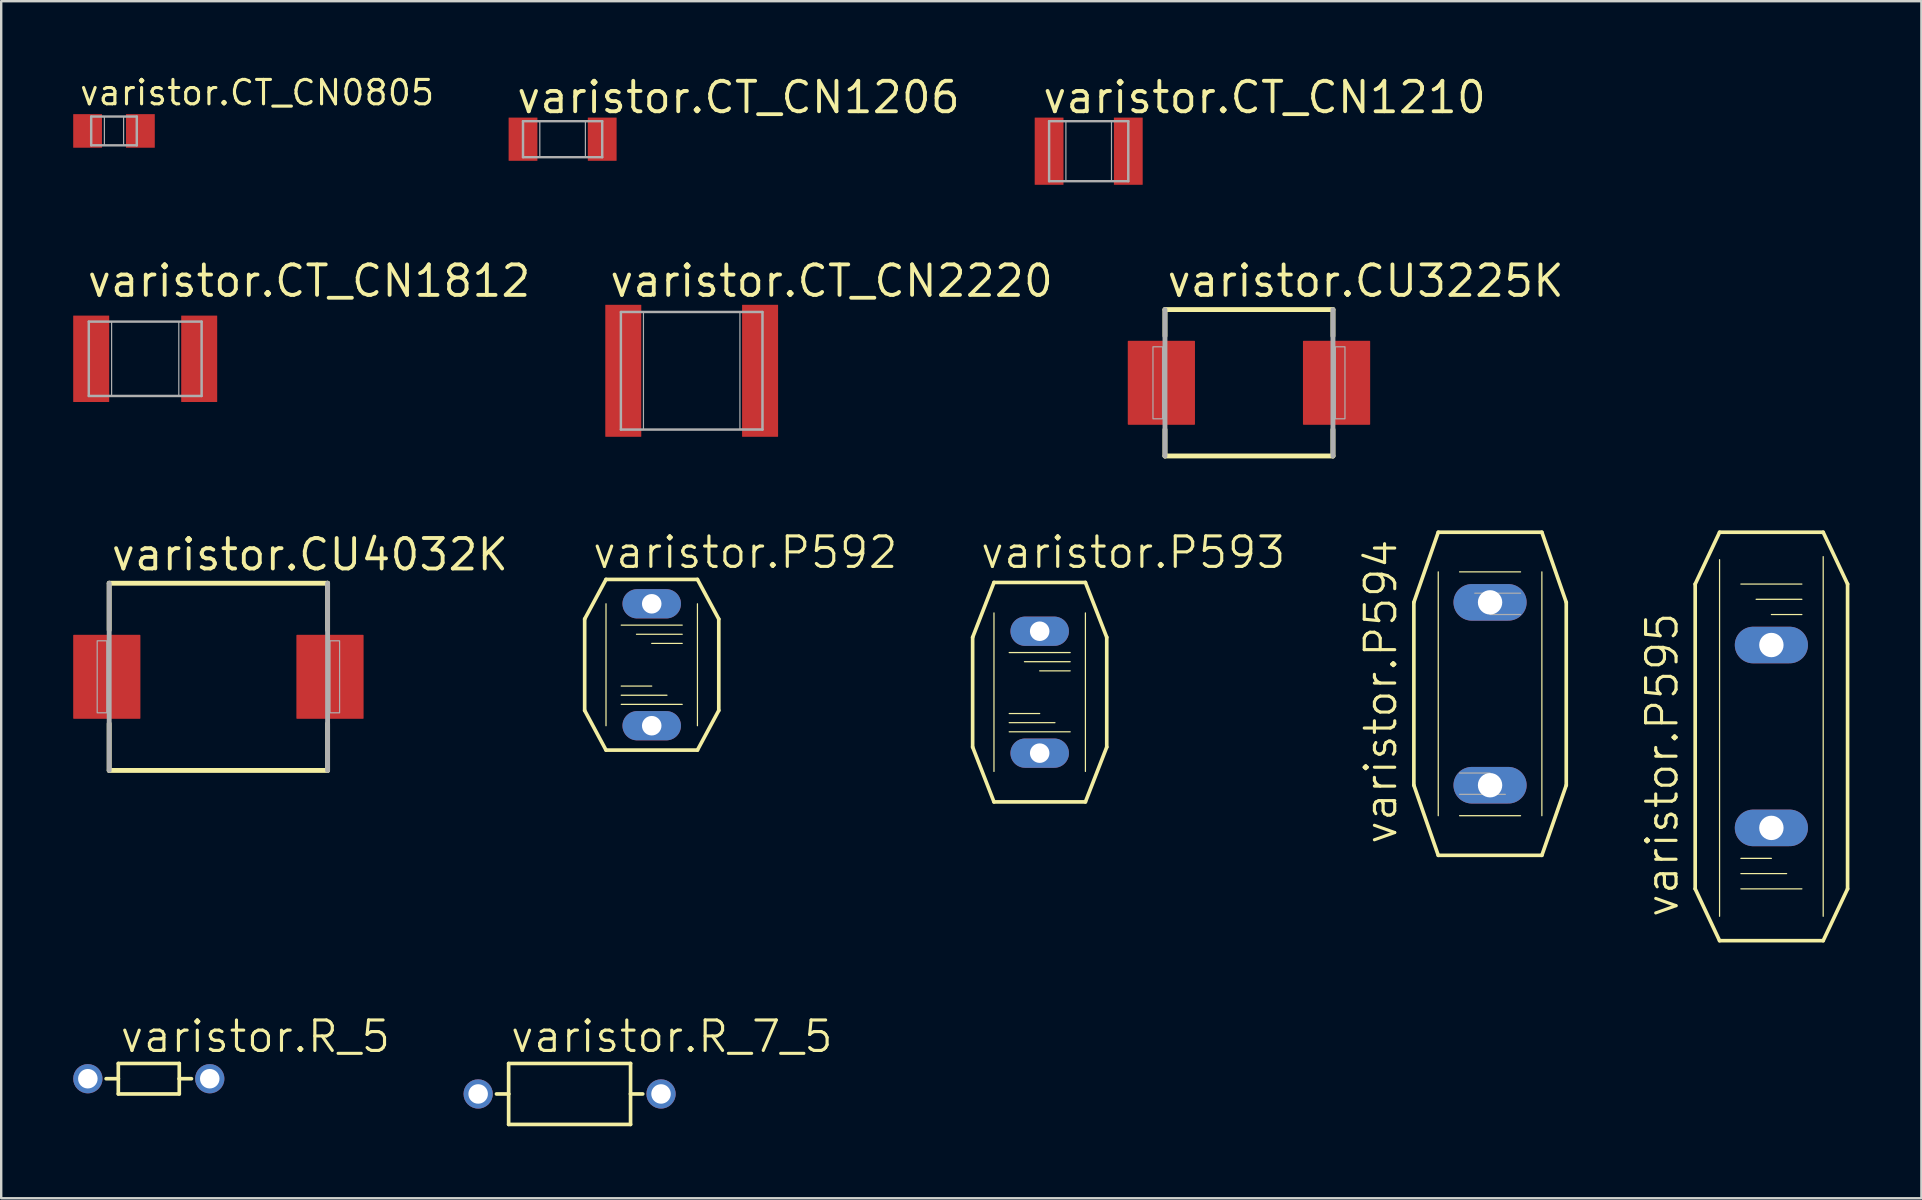
<source format=kicad_pcb>
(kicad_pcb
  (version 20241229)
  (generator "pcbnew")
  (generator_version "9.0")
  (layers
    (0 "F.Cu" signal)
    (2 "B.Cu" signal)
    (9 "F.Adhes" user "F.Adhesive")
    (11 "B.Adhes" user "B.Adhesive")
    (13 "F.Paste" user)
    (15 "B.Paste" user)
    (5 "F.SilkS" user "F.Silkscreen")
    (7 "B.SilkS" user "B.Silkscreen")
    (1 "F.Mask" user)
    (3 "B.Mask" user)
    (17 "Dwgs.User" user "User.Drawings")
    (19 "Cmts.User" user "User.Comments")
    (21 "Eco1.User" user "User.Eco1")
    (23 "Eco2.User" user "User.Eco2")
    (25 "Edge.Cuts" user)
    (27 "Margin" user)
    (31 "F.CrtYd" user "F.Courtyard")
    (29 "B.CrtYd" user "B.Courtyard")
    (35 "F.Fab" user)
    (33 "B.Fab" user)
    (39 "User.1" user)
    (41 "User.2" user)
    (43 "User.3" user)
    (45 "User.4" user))
  (footprint "varistor.CT_CN1206"
    (layer "F.Cu")
    (at 20.393 2.75)
    (property "Reference" "varistor.CT_CN1206" (at -2 -1 0) (layer "F.SilkS") (effects (font (size 1.27 1.27) (thickness 0.16)) (justify left bottom)))
    (attr smd)
    (fp_line (start -1.65 -0.75) (end 1.65 -0.75) (stroke (width 0.102) (type default)) (layer "F.Fab"))
    (fp_line (start -1.65 0.75) (end -1.65 -0.75) (stroke (width 0.102) (type default)) (layer "F.Fab"))
    (fp_line (start 1.65 -0.75) (end 1.65 0.75) (stroke (width 0.102) (type default)) (layer "F.Fab"))
    (fp_line (start 1.65 0.75) (end -1.65 0.75) (stroke (width 0.102) (type default)) (layer "F.Fab"))
    (fp_rect (start -1.65 0.75) (end -0.95 -0.75) (stroke (width 0.05) (type default)) (fill no) (layer "F.Fab"))
    (fp_rect (start 0.95 0.75) (end 1.65 -0.75) (stroke (width 0.05) (type default)) (fill no) (layer "F.Fab"))
    (pad "1" smd roundrect (at -1.65 0) (size 1.2 1.8) (layers "F.Cu" "F.Mask" "F.Paste") (roundrect_rratio 0.01))
    (pad "2" smd roundrect (at 1.65 0) (size 1.2 1.8) (layers "F.Cu" "F.Mask" "F.Paste") (roundrect_rratio 0.01)))
  (footprint "varistor.P594"
    (layer "F.Cu")
    (at 59.038 25.859)
    (property "Reference" "varistor.P594" (at -3.81 6.35 90) (layer "F.SilkS") (effects (font (size 1.27 1.27) (thickness 0.13)) (justify left bottom)))
    (attr through_hole)
    (fp_line (start -3.175 -3.81) (end -3.175 3.81) (stroke (width 0.152) (type default)) (layer "F.SilkS"))
    (fp_line (start -2.159 -6.731) (end -3.175 -3.81) (stroke (width 0.152) (type default)) (layer "F.SilkS"))
    (fp_line (start -2.159 -6.731) (end 2.159 -6.731) (stroke (width 0.152) (type default)) (layer "F.SilkS"))
    (fp_line (start -2.159 5.08) (end -2.159 -5.08) (stroke (width 0.051) (type default)) (layer "F.SilkS"))
    (fp_line (start -2.159 6.731) (end -3.175 3.81) (stroke (width 0.152) (type default)) (layer "F.SilkS"))
    (fp_line (start -2.159 6.731) (end 2.159 6.731) (stroke (width 0.152) (type default)) (layer "F.SilkS"))
    (fp_line (start -1.27 -5.08) (end 1.27 -5.08) (stroke (width 0.051) (type default)) (layer "F.SilkS"))
    (fp_line (start -1.27 5.08) (end 1.27 5.08) (stroke (width 0.051) (type default)) (layer "F.SilkS"))
    (fp_line (start 2.159 -6.731) (end 3.175 -3.81) (stroke (width 0.152) (type default)) (layer "F.SilkS"))
    (fp_line (start 2.159 -5.08) (end 2.159 5.08) (stroke (width 0.051) (type default)) (layer "F.SilkS"))
    (fp_line (start 3.175 3.81) (end 2.159 6.731) (stroke (width 0.152) (type default)) (layer "F.SilkS"))
    (fp_line (start 3.175 3.81) (end 3.175 -3.81) (stroke (width 0.152) (type default)) (layer "F.SilkS"))
    (fp_line (start -1.27 3.302) (end 0 3.302) (stroke (width 0.051) (type default)) (layer "F.Fab"))
    (fp_line (start -1.27 4.191) (end 0.635 4.191) (stroke (width 0.051) (type default)) (layer "F.Fab"))
    (fp_line (start -0.635 -4.191) (end 1.27 -4.191) (stroke (width 0.051) (type default)) (layer "F.Fab"))
    (fp_line (start 0 -3.302) (end 1.27 -3.302) (stroke (width 0.051) (type default)) (layer "F.Fab"))
    (pad "1" thru_hole oval (at 0 -3.81) (size 3.048 1.524) (drill 1.016) (layers "*.Cu" "*.Mask"))
    (pad "2" thru_hole oval (at 0 3.81) (size 3.048 1.524) (drill 1.016) (layers "*.Cu" "*.Mask")))
  (footprint "varistor.CT_CN0805"
    (layer "F.Cu")
    (at 1.7 2.406)
    (property "Reference" "varistor.CT_CN0805" (at -1.5 -1 0) (layer "F.SilkS") (effects (font (size 1.016 1.016) (thickness 0.13)) (justify left bottom)))
    (attr smd)
    (fp_line (start -0.95 -0.6) (end 0.95 -0.6) (stroke (width 0.102) (type default)) (layer "F.Fab"))
    (fp_line (start -0.95 0.6) (end -0.95 -0.6) (stroke (width 0.102) (type default)) (layer "F.Fab"))
    (fp_line (start 0.95 -0.6) (end 0.95 0.6) (stroke (width 0.102) (type default)) (layer "F.Fab"))
    (fp_line (start 0.95 0.6) (end -0.95 0.6) (stroke (width 0.102) (type default)) (layer "F.Fab"))
    (fp_rect (start -0.95 0.6) (end -0.4 -0.6) (stroke (width 0.05) (type default)) (fill no) (layer "F.Fab"))
    (fp_rect (start 0.4 0.6) (end 0.95 -0.6) (stroke (width 0.05) (type default)) (fill no) (layer "F.Fab"))
    (pad "1" smd roundrect (at -1.1 0) (size 1.2 1.4) (layers "F.Cu" "F.Mask" "F.Paste") (roundrect_rratio 0.01))
    (pad "2" smd roundrect (at 1.1 0) (size 1.2 1.4) (layers "F.Cu" "F.Mask" "F.Paste") (roundrect_rratio 0.01)))
  (footprint "varistor.CT_CN1210"
    (layer "F.Cu")
    (at 42.314 3.25)
    (property "Reference" "varistor.CT_CN1210" (at -2 -1.5 0) (layer "F.SilkS") (effects (font (size 1.27 1.27) (thickness 0.16)) (justify left bottom)))
    (attr smd)
    (fp_line (start -1.65 -1.25) (end 1.65 -1.25) (stroke (width 0.102) (type default)) (layer "F.Fab"))
    (fp_line (start -1.65 1.25) (end -1.65 -1.25) (stroke (width 0.102) (type default)) (layer "F.Fab"))
    (fp_line (start 1.65 -1.25) (end 1.65 1.25) (stroke (width 0.102) (type default)) (layer "F.Fab"))
    (fp_line (start 1.65 1.25) (end -1.65 1.25) (stroke (width 0.102) (type default)) (layer "F.Fab"))
    (fp_rect (start -1.65 1.25) (end -0.95 -1.25) (stroke (width 0.05) (type default)) (fill no) (layer "F.Fab"))
    (fp_rect (start 0.95 1.25) (end 1.65 -1.25) (stroke (width 0.05) (type default)) (fill no) (layer "F.Fab"))
    (pad "1" smd roundrect (at -1.65 0) (size 1.2 2.8) (layers "F.Cu" "F.Mask" "F.Paste") (roundrect_rratio 0.01))
    (pad "2" smd roundrect (at 1.65 0) (size 1.2 2.8) (layers "F.Cu" "F.Mask" "F.Paste") (roundrect_rratio 0.01)))
  (footprint "varistor.P592"
    (layer "F.Cu")
    (at 24.106 24.649)
    (property "Reference" "varistor.P592" (at -2.54 -3.937 0) (layer "F.SilkS") (effects (font (size 1.27 1.27) (thickness 0.13)) (justify left bottom)))
    (attr through_hole)
    (fp_line (start -2.794 -1.905) (end -2.794 1.905) (stroke (width 0.152) (type default)) (layer "F.SilkS"))
    (fp_line (start -2.794 -1.905) (end -1.905 -3.556) (stroke (width 0.152) (type default)) (layer "F.SilkS"))
    (fp_line (start -1.905 2.54) (end -1.905 -2.54) (stroke (width 0.051) (type default)) (layer "F.SilkS"))
    (fp_line (start -1.905 3.556) (end -2.794 1.905) (stroke (width 0.152) (type default)) (layer "F.SilkS"))
    (fp_line (start -1.905 3.556) (end 1.905 3.556) (stroke (width 0.152) (type default)) (layer "F.SilkS"))
    (fp_line (start -1.27 -1.651) (end 1.27 -1.651) (stroke (width 0.051) (type default)) (layer "F.SilkS"))
    (fp_line (start -1.27 0.889) (end 0 0.889) (stroke (width 0.051) (type default)) (layer "F.SilkS"))
    (fp_line (start -1.27 1.27) (end 0.635 1.27) (stroke (width 0.051) (type default)) (layer "F.SilkS"))
    (fp_line (start -1.27 1.651) (end 1.27 1.651) (stroke (width 0.051) (type default)) (layer "F.SilkS"))
    (fp_line (start -0.635 -1.27) (end 1.27 -1.27) (stroke (width 0.051) (type default)) (layer "F.SilkS"))
    (fp_line (start 0 -0.889) (end 1.27 -0.889) (stroke (width 0.051) (type default)) (layer "F.SilkS"))
    (fp_line (start 1.905 -3.556) (end -1.905 -3.556) (stroke (width 0.152) (type default)) (layer "F.SilkS"))
    (fp_line (start 1.905 -3.556) (end 2.794 -1.905) (stroke (width 0.152) (type default)) (layer "F.SilkS"))
    (fp_line (start 1.905 -2.54) (end 1.905 2.54) (stroke (width 0.051) (type default)) (layer "F.SilkS"))
    (fp_line (start 2.794 1.905) (end 1.905 3.556) (stroke (width 0.152) (type default)) (layer "F.SilkS"))
    (fp_line (start 2.794 1.905) (end 2.794 -1.905) (stroke (width 0.152) (type default)) (layer "F.SilkS"))
    (pad "1" thru_hole oval (at 0 -2.54) (size 2.438 1.219) (drill 0.813) (layers "*.Cu" "*.Mask"))
    (pad "2" thru_hole oval (at 0 2.54) (size 2.438 1.219) (drill 0.813) (layers "*.Cu" "*.Mask")))
  (footprint "varistor.P595"
    (layer "F.Cu")
    (at 70.76 27.637)
    (property "Reference" "varistor.P595" (at -3.81 7.62 90) (layer "F.SilkS") (effects (font (size 1.27 1.27) (thickness 0.13)) (justify left bottom)))
    (attr through_hole)
    (fp_line (start -3.175 -6.35) (end -3.175 6.35) (stroke (width 0.152) (type default)) (layer "F.SilkS"))
    (fp_line (start -3.175 -6.35) (end -2.159 -8.509) (stroke (width 0.152) (type default)) (layer "F.SilkS"))
    (fp_line (start -2.159 7.493) (end -2.159 -7.366) (stroke (width 0.051) (type default)) (layer "F.SilkS"))
    (fp_line (start -2.159 8.509) (end -3.175 6.35) (stroke (width 0.152) (type default)) (layer "F.SilkS"))
    (fp_line (start -1.27 -6.35) (end 1.27 -6.35) (stroke (width 0.051) (type default)) (layer "F.SilkS"))
    (fp_line (start -1.27 5.08) (end 0 5.08) (stroke (width 0.051) (type default)) (layer "F.SilkS"))
    (fp_line (start -1.27 5.715) (end 0.635 5.715) (stroke (width 0.051) (type default)) (layer "F.SilkS"))
    (fp_line (start -1.27 6.35) (end 1.27 6.35) (stroke (width 0.051) (type default)) (layer "F.SilkS"))
    (fp_line (start -0.635 -5.715) (end 1.27 -5.715) (stroke (width 0.051) (type default)) (layer "F.SilkS"))
    (fp_line (start 0 -5.08) (end 1.27 -5.08) (stroke (width 0.051) (type default)) (layer "F.SilkS"))
    (fp_line (start 2.159 -8.509) (end -2.159 -8.509) (stroke (width 0.152) (type default)) (layer "F.SilkS"))
    (fp_line (start 2.159 -8.509) (end 3.175 -6.35) (stroke (width 0.152) (type default)) (layer "F.SilkS"))
    (fp_line (start 2.159 -7.493) (end 2.159 7.493) (stroke (width 0.051) (type default)) (layer "F.SilkS"))
    (fp_line (start 2.159 8.509) (end -2.159 8.509) (stroke (width 0.152) (type default)) (layer "F.SilkS"))
    (fp_line (start 2.159 8.509) (end 3.175 6.35) (stroke (width 0.152) (type default)) (layer "F.SilkS"))
    (fp_line (start 3.175 6.35) (end 3.175 -6.35) (stroke (width 0.152) (type default)) (layer "F.SilkS"))
    (pad "1" thru_hole oval (at 0 -3.81) (size 3.048 1.524) (drill 1.016) (layers "*.Cu" "*.Mask"))
    (pad "2" thru_hole oval (at 0 3.81) (size 3.048 1.524) (drill 1.016) (layers "*.Cu" "*.Mask")))
  (footprint "varistor.CT_CN1812"
    (layer "F.Cu")
    (at 3 11.9)
    (property "Reference" "varistor.CT_CN1812" (at -2.5 -2.5 0) (layer "F.SilkS") (effects (font (size 1.27 1.27) (thickness 0.16)) (justify left bottom)))
    (attr smd)
    (fp_line (start -2.35 -1.55) (end 2.35 -1.55) (stroke (width 0.102) (type default)) (layer "F.Fab"))
    (fp_line (start -2.35 1.55) (end -2.35 -1.55) (stroke (width 0.102) (type default)) (layer "F.Fab"))
    (fp_line (start 2.35 -1.55) (end 2.35 1.55) (stroke (width 0.102) (type default)) (layer "F.Fab"))
    (fp_line (start 2.35 1.55) (end -2.35 1.55) (stroke (width 0.102) (type default)) (layer "F.Fab"))
    (fp_rect (start -2.35 1.55) (end -1.4 -1.55) (stroke (width 0.05) (type default)) (fill no) (layer "F.Fab"))
    (fp_rect (start 1.4 1.55) (end 2.35 -1.55) (stroke (width 0.05) (type default)) (fill no) (layer "F.Fab"))
    (pad "1" smd roundrect (at -2.25 0) (size 1.5 3.6) (layers "F.Cu" "F.Mask" "F.Paste") (roundrect_rratio 0.01))
    (pad "2" smd roundrect (at 2.25 0) (size 1.5 3.6) (layers "F.Cu" "F.Mask" "F.Paste") (roundrect_rratio 0.01)))
  (footprint "varistor.CU3225K"
    (layer "F.Cu")
    (at 48.992 12.9)
    (property "Reference" "varistor.CU3225K" (at -3.5 -3.5 0) (layer "F.SilkS") (effects (font (size 1.27 1.27) (thickness 0.16)) (justify left bottom)))
    (attr smd)
    (fp_line (start -3.5 -3.05) (end 3.5 -3.05) (stroke (width 0.203) (type default)) (layer "F.SilkS"))
    (fp_line (start -3.5 -1.95) (end -3.5 -3.05) (stroke (width 0.203) (type default)) (layer "F.SilkS"))
    (fp_line (start -3.5 3.05) (end -3.5 1.95) (stroke (width 0.203) (type default)) (layer "F.SilkS"))
    (fp_line (start 3.5 -3.05) (end 3.5 -1.95) (stroke (width 0.203) (type default)) (layer "F.SilkS"))
    (fp_line (start 3.5 1.95) (end 3.5 3.05) (stroke (width 0.203) (type default)) (layer "F.SilkS"))
    (fp_line (start 3.5 3.05) (end -3.5 3.05) (stroke (width 0.203) (type default)) (layer "F.SilkS"))
    (fp_line (start -3.5 3.05) (end -3.5 -3.05) (stroke (width 0.203) (type default)) (layer "F.Fab"))
    (fp_line (start 3.5 -3.05) (end 3.5 3.05) (stroke (width 0.203) (type default)) (layer "F.Fab"))
    (fp_rect (start -4 1.5) (end -3.6 -1.5) (stroke (width 0.05) (type default)) (fill no) (layer "F.Fab"))
    (fp_rect (start 3.6 1.5) (end 4 -1.5) (stroke (width 0.05) (type default)) (fill no) (layer "F.Fab"))
    (pad "1" smd roundrect (at -3.65 0) (size 2.8 3.5) (layers "F.Cu" "F.Mask" "F.Paste") (roundrect_rratio 0.01))
    (pad "2" smd roundrect (at 3.65 0) (size 2.8 3.5) (layers "F.Cu" "F.Mask" "F.Paste") (roundrect_rratio 0.01)))
  (footprint "varistor.R_5"
    (layer "F.Cu")
    (at 3.15 41.898)
    (property "Reference" "varistor.R_5" (at -1.27 -1.016 0) (layer "F.SilkS") (effects (font (size 1.27 1.27) (thickness 0.13)) (justify left bottom)))
    (attr through_hole)
    (fp_line (start -1.778 0) (end -1.27 0) (stroke (width 0.152) (type default)) (layer "F.SilkS"))
    (fp_line (start -1.27 -0.635) (end -1.27 0) (stroke (width 0.152) (type default)) (layer "F.SilkS"))
    (fp_line (start -1.27 -0.635) (end 1.27 -0.635) (stroke (width 0.152) (type default)) (layer "F.SilkS"))
    (fp_line (start -1.27 0) (end -1.27 0.635) (stroke (width 0.152) (type default)) (layer "F.SilkS"))
    (fp_line (start 1.27 -0.635) (end 1.27 0) (stroke (width 0.152) (type default)) (layer "F.SilkS"))
    (fp_line (start 1.27 0) (end 1.27 0.635) (stroke (width 0.152) (type default)) (layer "F.SilkS"))
    (fp_line (start 1.27 0) (end 1.778 0) (stroke (width 0.152) (type default)) (layer "F.SilkS"))
    (fp_line (start 1.27 0.635) (end -1.27 0.635) (stroke (width 0.152) (type default)) (layer "F.SilkS"))
    (pad "1" thru_hole circle (at -2.54 0) (size 1.219 1.219) (drill 0.813) (layers "*.Cu" "*.Mask"))
    (pad "2" thru_hole circle (at 2.54 0) (size 1.219 1.219) (drill 0.813) (layers "*.Cu" "*.Mask")))
  (footprint "varistor.R_7_5"
    (layer "F.Cu")
    (at 20.684 42.533)
    (property "Reference" "varistor.R_7_5" (at -2.54 -1.651 0) (layer "F.SilkS") (effects (font (size 1.27 1.27) (thickness 0.13)) (justify left bottom)))
    (attr through_hole)
    (fp_line (start -2.54 -1.27) (end -2.54 0) (stroke (width 0.152) (type default)) (layer "F.SilkS"))
    (fp_line (start -2.54 0) (end -3.048 0) (stroke (width 0.152) (type default)) (layer "F.SilkS"))
    (fp_line (start -2.54 0) (end -2.54 1.27) (stroke (width 0.152) (type default)) (layer "F.SilkS"))
    (fp_line (start -2.54 1.27) (end 2.54 1.27) (stroke (width 0.152) (type default)) (layer "F.SilkS"))
    (fp_line (start 2.54 -1.27) (end -2.54 -1.27) (stroke (width 0.152) (type default)) (layer "F.SilkS"))
    (fp_line (start 2.54 0) (end 2.54 -1.27) (stroke (width 0.152) (type default)) (layer "F.SilkS"))
    (fp_line (start 2.54 0) (end 3.048 0) (stroke (width 0.152) (type default)) (layer "F.SilkS"))
    (fp_line (start 2.54 1.27) (end 2.54 0) (stroke (width 0.152) (type default)) (layer "F.SilkS"))
    (pad "1" thru_hole circle (at -3.81 0) (size 1.219 1.219) (drill 0.813) (layers "*.Cu" "*.Mask"))
    (pad "2" thru_hole circle (at 3.81 0) (size 1.219 1.219) (drill 0.813) (layers "*.Cu" "*.Mask")))
  (footprint "varistor.CT_CN2220"
    (layer "F.Cu")
    (at 25.771 12.4)
    (property "Reference" "varistor.CT_CN2220" (at -3.5 -3 0) (layer "F.SilkS") (effects (font (size 1.27 1.27) (thickness 0.16)) (justify left bottom)))
    (attr smd)
    (fp_line (start -2.95 -2.45) (end 2.95 -2.45) (stroke (width 0.102) (type default)) (layer "F.Fab"))
    (fp_line (start -2.95 2.45) (end -2.95 -2.45) (stroke (width 0.102) (type default)) (layer "F.Fab"))
    (fp_line (start 2.95 -2.45) (end 2.95 2.45) (stroke (width 0.102) (type default)) (layer "F.Fab"))
    (fp_line (start 2.95 2.45) (end -2.95 2.45) (stroke (width 0.102) (type default)) (layer "F.Fab"))
    (fp_rect (start -2.95 2.45) (end -2.01 -2.44) (stroke (width 0.05) (type default)) (fill no) (layer "F.Fab"))
    (fp_rect (start 2.01 2.44) (end 2.95 -2.45) (stroke (width 0.05) (type default)) (fill no) (layer "F.Fab"))
    (pad "1" smd roundrect (at -2.85 0) (size 1.5 5.5) (layers "F.Cu" "F.Mask" "F.Paste") (roundrect_rratio 0.01))
    (pad "2" smd roundrect (at 2.85 0) (size 1.5 5.5) (layers "F.Cu" "F.Mask" "F.Paste") (roundrect_rratio 0.01)))
  (footprint "varistor.CU4032K"
    (layer "F.Cu")
    (at 6.05 25.152)
    (property "Reference" "varistor.CU4032K" (at -4.55 -4.35 0) (layer "F.SilkS") (effects (font (size 1.27 1.27) (thickness 0.16)) (justify left bottom)))
    (attr smd)
    (fp_line (start -4.55 -3.9) (end 4.55 -3.9) (stroke (width 0.203) (type default)) (layer "F.SilkS"))
    (fp_line (start -4.55 -1.95) (end -4.55 -3.9) (stroke (width 0.203) (type default)) (layer "F.SilkS"))
    (fp_line (start -4.55 3.9) (end -4.55 1.95) (stroke (width 0.203) (type default)) (layer "F.SilkS"))
    (fp_line (start 4.55 -3.9) (end 4.55 -1.95) (stroke (width 0.203) (type default)) (layer "F.SilkS"))
    (fp_line (start 4.55 1.95) (end 4.55 3.9) (stroke (width 0.203) (type default)) (layer "F.SilkS"))
    (fp_line (start 4.55 3.9) (end -4.55 3.9) (stroke (width 0.203) (type default)) (layer "F.SilkS"))
    (fp_line (start -4.55 3.9) (end -4.55 -3.9) (stroke (width 0.203) (type default)) (layer "F.Fab"))
    (fp_line (start 4.55 -3.9) (end 4.55 3.9) (stroke (width 0.203) (type default)) (layer "F.Fab"))
    (fp_rect (start -5.05 1.5) (end -4.65 -1.5) (stroke (width 0.05) (type default)) (fill no) (layer "F.Fab"))
    (fp_rect (start 4.65 1.5) (end 5.05 -1.5) (stroke (width 0.05) (type default)) (fill no) (layer "F.Fab"))
    (pad "1" smd roundrect (at -4.65 0) (size 2.8 3.5) (layers "F.Cu" "F.Mask" "F.Paste") (roundrect_rratio 0.01))
    (pad "2" smd roundrect (at 4.65 0) (size 2.8 3.5) (layers "F.Cu" "F.Mask" "F.Paste") (roundrect_rratio 0.01)))
  (footprint "varistor.P593"
    (layer "F.Cu")
    (at 40.272 25.792)
    (property "Reference" "varistor.P593" (at -2.54 -5.08 0) (layer "F.SilkS") (effects (font (size 1.27 1.27) (thickness 0.13)) (justify left bottom)))
    (attr through_hole)
    (fp_line (start -2.794 -2.286) (end -2.794 2.286) (stroke (width 0.152) (type default)) (layer "F.SilkS"))
    (fp_line (start -2.794 -2.286) (end -1.905 -4.572) (stroke (width 0.152) (type default)) (layer "F.SilkS"))
    (fp_line (start -1.905 3.302) (end -1.905 -3.302) (stroke (width 0.051) (type default)) (layer "F.SilkS"))
    (fp_line (start -1.905 4.572) (end -2.794 2.286) (stroke (width 0.152) (type default)) (layer "F.SilkS"))
    (fp_line (start -1.905 4.572) (end 1.905 4.572) (stroke (width 0.152) (type default)) (layer "F.SilkS"))
    (fp_line (start -1.27 -1.651) (end 1.27 -1.651) (stroke (width 0.051) (type default)) (layer "F.SilkS"))
    (fp_line (start -1.27 0.889) (end 0 0.889) (stroke (width 0.051) (type default)) (layer "F.SilkS"))
    (fp_line (start -1.27 1.27) (end 0.635 1.27) (stroke (width 0.051) (type default)) (layer "F.SilkS"))
    (fp_line (start -1.27 1.651) (end 1.27 1.651) (stroke (width 0.051) (type default)) (layer "F.SilkS"))
    (fp_line (start -0.635 -1.27) (end 1.27 -1.27) (stroke (width 0.051) (type default)) (layer "F.SilkS"))
    (fp_line (start 0 -0.889) (end 1.27 -0.889) (stroke (width 0.051) (type default)) (layer "F.SilkS"))
    (fp_line (start 1.905 -4.572) (end -1.905 -4.572) (stroke (width 0.152) (type default)) (layer "F.SilkS"))
    (fp_line (start 1.905 -4.572) (end 2.794 -2.286) (stroke (width 0.152) (type default)) (layer "F.SilkS"))
    (fp_line (start 1.905 -3.302) (end 1.905 3.302) (stroke (width 0.051) (type default)) (layer "F.SilkS"))
    (fp_line (start 2.794 2.286) (end 1.905 4.572) (stroke (width 0.152) (type default)) (layer "F.SilkS"))
    (fp_line (start 2.794 2.286) (end 2.794 -2.286) (stroke (width 0.152) (type default)) (layer "F.SilkS"))
    (pad "1" thru_hole oval (at 0 -2.54) (size 2.438 1.219) (drill 0.813) (layers "*.Cu" "*.Mask"))
    (pad "2" thru_hole oval (at 0 2.54) (size 2.438 1.219) (drill 0.813) (layers "*.Cu" "*.Mask")))
  (gr_rect
    (start -3 -3)
    (end 77.011 46.879)
    (stroke (width 0.1) (type default))
    (fill no)
    (layer "Edge.Cuts")))
</source>
